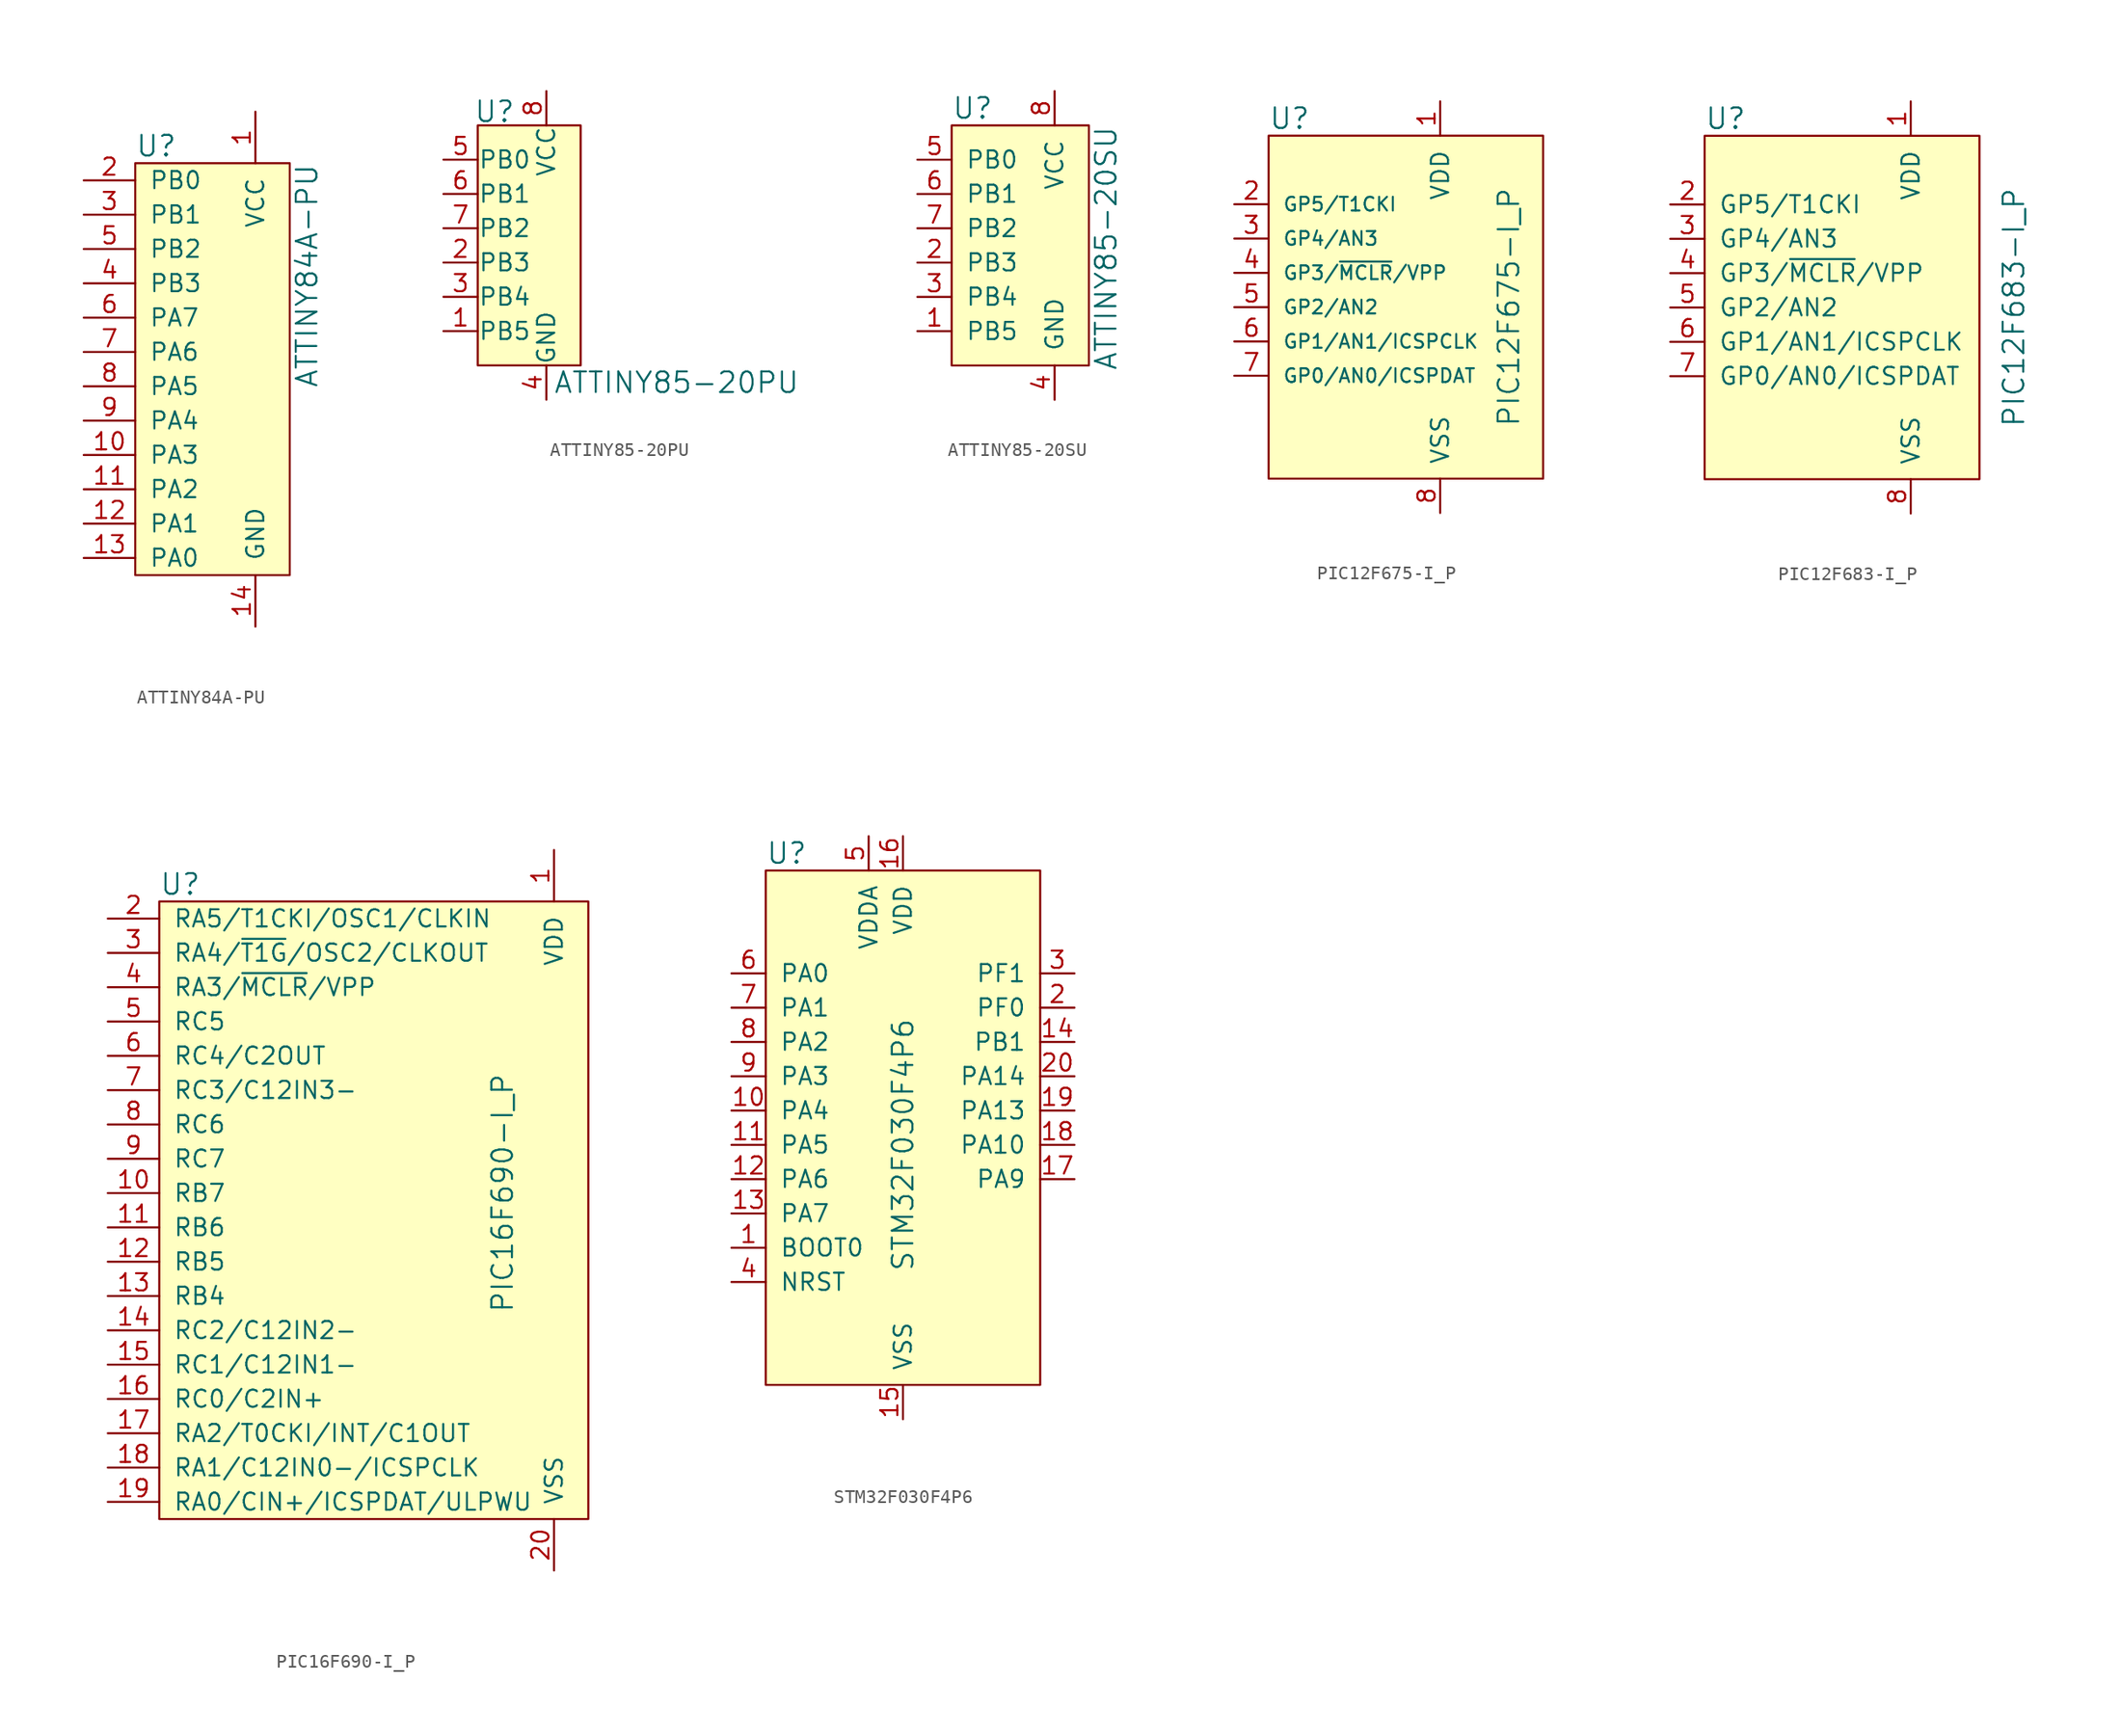
<source format=kicad_sym>
(kicad_symbol_lib
  (version 20211014)
  (generator kicad_symbol_editor)
  (symbol "ATTINY84A-PU"
    (pin_names
      (offset 1.016))
    (property "Reference" "U"
      (at -6.35 12.7 0)
      (effects (font (size 1.524 1.524)) (justify left)))
    (property "Value" "ATTINY84A-PU"
      (at 6.35 11.43 90)
      (effects (font (size 1.524 1.524)) (justify right)))
    (symbol "ATTINY84A-PU_0_1"
      (rectangle (start -6.35 11.43) (end 5.08 -19.05) (stroke (width 0) (type default) (color 0 0 0 0)) (fill (type background))))
    (symbol "ATTINY84A-PU_1_1"
      (pin power_in line (at 2.54 15.24 270) (length 3.81) (name "VCC" (effects (font (size 1.27 1.27)))) (number "1" (effects (font (size 1.27 1.27)))))
      (pin bidirectional line (at -10.16 -10.16 0) (length 3.81) (name "PA3" (effects (font (size 1.27 1.27)))) (number "10" (effects (font (size 1.27 1.27)))))
      (pin bidirectional line (at -10.16 -12.7 0) (length 3.81) (name "PA2" (effects (font (size 1.27 1.27)))) (number "11" (effects (font (size 1.27 1.27)))))
      (pin bidirectional line (at -10.16 -15.24 0) (length 3.81) (name "PA1" (effects (font (size 1.27 1.27)))) (number "12" (effects (font (size 1.27 1.27)))))
      (pin bidirectional line (at -10.16 -17.78 0) (length 3.81) (name "PA0" (effects (font (size 1.27 1.27)))) (number "13" (effects (font (size 1.27 1.27)))))
      (pin power_in line (at 2.54 -22.86 90) (length 3.81) (name "GND" (effects (font (size 1.27 1.27)))) (number "14" (effects (font (size 1.27 1.27)))))
      (pin bidirectional line (at -10.16 10.16 0) (length 3.81) (name "PB0" (effects (font (size 1.27 1.27)))) (number "2" (effects (font (size 1.27 1.27)))))
      (pin bidirectional line (at -10.16 7.62 0) (length 3.81) (name "PB1" (effects (font (size 1.27 1.27)))) (number "3" (effects (font (size 1.27 1.27)))))
      (pin bidirectional line (at -10.16 2.54 0) (length 3.81) (name "PB3" (effects (font (size 1.27 1.27)))) (number "4" (effects (font (size 1.27 1.27)))))
      (pin bidirectional line (at -10.16 5.08 0) (length 3.81) (name "PB2" (effects (font (size 1.27 1.27)))) (number "5" (effects (font (size 1.27 1.27)))))
      (pin bidirectional line (at -10.16 0 0) (length 3.81) (name "PA7" (effects (font (size 1.27 1.27)))) (number "6" (effects (font (size 1.27 1.27)))))
      (pin bidirectional line (at -10.16 -2.54 0) (length 3.81) (name "PA6" (effects (font (size 1.27 1.27)))) (number "7" (effects (font (size 1.27 1.27)))))
      (pin bidirectional line (at -10.16 -5.08 0) (length 3.81) (name "PA5" (effects (font (size 1.27 1.27)))) (number "8" (effects (font (size 1.27 1.27)))))
      (pin bidirectional line (at -10.16 -7.62 0) (length 3.81) (name "PA4" (effects (font (size 1.27 1.27)))) (number "9" (effects (font (size 1.27 1.27)))))))
  (symbol "ATTINY85-20PU"
    (pin_names
      (offset 0.025))
    (property "Reference" "U"
      (at -2.845 8.636 0)
      (effects (font (size 1.524 1.524)) (justify left)))
    (property "Value" "ATTINY85-20PU"
      (at 3.048 -11.43 0)
      (effects (font (size 1.524 1.524)) (justify left)))
    (symbol "ATTINY85-20PU_0_1"
      (rectangle (start -2.54 7.62) (end 5.08 -10.16) (stroke (width 0) (type default) (color 0 0 0 0)) (fill (type background))))
    (symbol "ATTINY85-20PU_1_1"
      (pin bidirectional line (at -5.08 -7.62 0) (length 2.54) (name "PB5" (effects (font (size 1.27 1.27)))) (number "1" (effects (font (size 1.27 1.27)))))
      (pin bidirectional line (at -5.08 -2.54 0) (length 2.54) (name "PB3" (effects (font (size 1.27 1.27)))) (number "2" (effects (font (size 1.27 1.27)))))
      (pin bidirectional line (at -5.08 -5.08 0) (length 2.54) (name "PB4" (effects (font (size 1.27 1.27)))) (number "3" (effects (font (size 1.27 1.27)))))
      (pin power_in line (at 2.54 -12.7 90) (length 2.54) (name "GND" (effects (font (size 1.27 1.27)))) (number "4" (effects (font (size 1.27 1.27)))))
      (pin bidirectional line (at -5.08 5.08 0) (length 2.54) (name "PB0" (effects (font (size 1.27 1.27)))) (number "5" (effects (font (size 1.27 1.27)))))
      (pin bidirectional line (at -5.08 2.54 0) (length 2.54) (name "PB1" (effects (font (size 1.27 1.27)))) (number "6" (effects (font (size 1.27 1.27)))))
      (pin bidirectional line (at -5.08 0 0) (length 2.54) (name "PB2" (effects (font (size 1.27 1.27)))) (number "7" (effects (font (size 1.27 1.27)))))
      (pin power_in line (at 2.54 10.16 270) (length 2.54) (name "VCC" (effects (font (size 1.27 1.27)))) (number "8" (effects (font (size 1.27 1.27)))))))
  (symbol "ATTINY85-20SU"
    (pin_names
      (offset 1.016))
    (property "Reference" "U"
      (at -5.08 6.35 0)
      (effects (font (size 1.524 1.524)) (justify left)))
    (property "Value" "ATTINY85-20SU"
      (at 6.35 5.08 90)
      (effects (font (size 1.524 1.524)) (justify right)))
    (symbol "ATTINY85-20SU_0_1"
      (rectangle (start -5.08 5.08) (end 5.08 -12.7) (stroke (width 0) (type default) (color 0 0 0 0)) (fill (type background))))
    (symbol "ATTINY85-20SU_1_1"
      (pin bidirectional line (at -7.62 -10.16 0) (length 2.54) (name "PB5" (effects (font (size 1.27 1.27)))) (number "1" (effects (font (size 1.27 1.27)))))
      (pin bidirectional line (at -7.62 -5.08 0) (length 2.54) (name "PB3" (effects (font (size 1.27 1.27)))) (number "2" (effects (font (size 1.27 1.27)))))
      (pin bidirectional line (at -7.62 -7.62 0) (length 2.54) (name "PB4" (effects (font (size 1.27 1.27)))) (number "3" (effects (font (size 1.27 1.27)))))
      (pin power_in line (at 2.54 -15.24 90) (length 2.54) (name "GND" (effects (font (size 1.27 1.27)))) (number "4" (effects (font (size 1.27 1.27)))))
      (pin bidirectional line (at -7.62 2.54 0) (length 2.54) (name "PB0" (effects (font (size 1.27 1.27)))) (number "5" (effects (font (size 1.27 1.27)))))
      (pin bidirectional line (at -7.62 0 0) (length 2.54) (name "PB1" (effects (font (size 1.27 1.27)))) (number "6" (effects (font (size 1.27 1.27)))))
      (pin bidirectional line (at -7.62 -2.54 0) (length 2.54) (name "PB2" (effects (font (size 1.27 1.27)))) (number "7" (effects (font (size 1.27 1.27)))))
      (pin power_in line (at 2.54 7.62 270) (length 2.54) (name "VCC" (effects (font (size 1.27 1.27)))) (number "8" (effects (font (size 1.27 1.27)))))))
  (symbol "PIC12F675-I_P"
    (pin_names
      (offset 1.016))
    (property "Reference" "U"
      (at -5.08 11.43 0)
      (effects (font (size 1.524 1.524)) (justify left)))
    (property "Value" "PIC12F675-I_P"
      (at 12.7 -2.54 90)
      (effects (font (size 1.524 1.524))))
    (symbol "PIC12F675-I_P_0_1"
      (rectangle (start -5.08 10.16) (end 15.24 -15.24) (stroke (width 0) (type default) (color 0 0 0 0)) (fill (type background))))
    (symbol "PIC12F675-I_P_1_1"
      (pin power_in line (at 7.62 12.7 270) (length 2.54) (name "VDD" (effects (font (size 1.27 1.27)))) (number "1" (effects (font (size 1.27 1.27)))))
      (pin bidirectional line (at -7.62 5.08 0) (length 2.54) (name "GP5/T1CKI" (effects (font (size 1.016 1.016)))) (number "2" (effects (font (size 1.27 1.27)))))
      (pin bidirectional line (at -7.62 2.54 0) (length 2.54) (name "GP4/AN3" (effects (font (size 1.016 1.016)))) (number "3" (effects (font (size 1.27 1.27)))))
      (pin input line (at -7.62 0 0) (length 2.54) (name "GP3/~{MCLR}/VPP" (effects (font (size 1.016 1.016)))) (number "4" (effects (font (size 1.27 1.27)))))
      (pin bidirectional line (at -7.62 -2.54 0) (length 2.54) (name "GP2/AN2" (effects (font (size 1.016 1.016)))) (number "5" (effects (font (size 1.27 1.27)))))
      (pin bidirectional line (at -7.62 -5.08 0) (length 2.54) (name "GP1/AN1/ICSPCLK" (effects (font (size 1.016 1.016)))) (number "6" (effects (font (size 1.27 1.27)))))
      (pin bidirectional line (at -7.62 -7.62 0) (length 2.54) (name "GP0/AN0/ICSPDAT" (effects (font (size 1.016 1.016)))) (number "7" (effects (font (size 1.27 1.27)))))
      (pin power_in line (at 7.62 -17.78 90) (length 2.54) (name "VSS" (effects (font (size 1.27 1.27)))) (number "8" (effects (font (size 1.27 1.27)))))))
  (symbol "PIC12F683-I_P"
    (pin_names
      (offset 1.016))
    (property "Reference" "U"
      (at -11.43 8.89 0)
      (effects (font (size 1.524 1.524)) (justify left)))
    (property "Value" "PIC12F683-I_P"
      (at 11.43 -5.08 90)
      (effects (font (size 1.524 1.524))))
    (symbol "PIC12F683-I_P_0_1"
      (rectangle (start -11.43 7.62) (end 8.89 -17.78) (stroke (width 0) (type default) (color 0 0 0 0)) (fill (type background))))
    (symbol "PIC12F683-I_P_1_1"
      (pin power_in line (at 3.81 10.16 270) (length 2.54) (name "VDD" (effects (font (size 1.27 1.27)))) (number "1" (effects (font (size 1.27 1.27)))))
      (pin bidirectional line (at -13.97 2.54 0) (length 2.54) (name "GP5/T1CKI" (effects (font (size 1.27 1.27)))) (number "2" (effects (font (size 1.27 1.27)))))
      (pin bidirectional line (at -13.97 0 0) (length 2.54) (name "GP4/AN3" (effects (font (size 1.27 1.27)))) (number "3" (effects (font (size 1.27 1.27)))))
      (pin bidirectional line (at -13.97 -2.54 0) (length 2.54) (name "GP3/~{MCLR}/VPP" (effects (font (size 1.27 1.27)))) (number "4" (effects (font (size 1.27 1.27)))))
      (pin bidirectional line (at -13.97 -5.08 0) (length 2.54) (name "GP2/AN2" (effects (font (size 1.27 1.27)))) (number "5" (effects (font (size 1.27 1.27)))))
      (pin bidirectional line (at -13.97 -7.62 0) (length 2.54) (name "GP1/AN1/ICSPCLK" (effects (font (size 1.27 1.27)))) (number "6" (effects (font (size 1.27 1.27)))))
      (pin bidirectional line (at -13.97 -10.16 0) (length 2.54) (name "GP0/AN0/ICSPDAT" (effects (font (size 1.27 1.27)))) (number "7" (effects (font (size 1.27 1.27)))))
      (pin power_in line (at 3.81 -20.32 90) (length 2.54) (name "VSS" (effects (font (size 1.27 1.27)))) (number "8" (effects (font (size 1.27 1.27)))))))
  (symbol "PIC16F690-I_P"
    (pin_names
      (offset 1.016))
    (property "Reference" "U"
      (at -16.51 22.86 0)
      (effects (font (size 1.524 1.524)) (justify left)))
    (property "Value" "PIC16F690-I_P"
      (at 8.89 0 90)
      (effects (font (size 1.524 1.524))))
    (symbol "PIC16F690-I_P_0_1"
      (rectangle (start -16.51 21.59) (end 15.24 -24.13) (stroke (width 0) (type default) (color 0 0 0 0)) (fill (type background))))
    (symbol "PIC16F690-I_P_1_1"
      (pin power_in line (at 12.7 25.4 270) (length 3.81) (name "VDD" (effects (font (size 1.27 1.27)))) (number "1" (effects (font (size 1.27 1.27)))))
      (pin bidirectional line (at -20.32 0 0) (length 3.81) (name "RB7" (effects (font (size 1.27 1.27)))) (number "10" (effects (font (size 1.27 1.27)))))
      (pin bidirectional line (at -20.32 -2.54 0) (length 3.81) (name "RB6" (effects (font (size 1.27 1.27)))) (number "11" (effects (font (size 1.27 1.27)))))
      (pin bidirectional line (at -20.32 -5.08 0) (length 3.81) (name "RB5" (effects (font (size 1.27 1.27)))) (number "12" (effects (font (size 1.27 1.27)))))
      (pin bidirectional line (at -20.32 -7.62 0) (length 3.81) (name "RB4" (effects (font (size 1.27 1.27)))) (number "13" (effects (font (size 1.27 1.27)))))
      (pin bidirectional line (at -20.32 -10.16 0) (length 3.81) (name "RC2/C12IN2-" (effects (font (size 1.27 1.27)))) (number "14" (effects (font (size 1.27 1.27)))))
      (pin bidirectional line (at -20.32 -12.7 0) (length 3.81) (name "RC1/C12IN1-" (effects (font (size 1.27 1.27)))) (number "15" (effects (font (size 1.27 1.27)))))
      (pin bidirectional line (at -20.32 -15.24 0) (length 3.81) (name "RC0/C2IN+" (effects (font (size 1.27 1.27)))) (number "16" (effects (font (size 1.27 1.27)))))
      (pin bidirectional line (at -20.32 -17.78 0) (length 3.81) (name "RA2/T0CKI/INT/C1OUT" (effects (font (size 1.27 1.27)))) (number "17" (effects (font (size 1.27 1.27)))))
      (pin bidirectional line (at -20.32 -20.32 0) (length 3.81) (name "RA1/C12IN0-/ICSPCLK" (effects (font (size 1.27 1.27)))) (number "18" (effects (font (size 1.27 1.27)))))
      (pin bidirectional line (at -20.32 -22.86 0) (length 3.81) (name "RA0/CIN+/ICSPDAT/ULPWU" (effects (font (size 1.27 1.27)))) (number "19" (effects (font (size 1.27 1.27)))))
      (pin bidirectional line (at -20.32 20.32 0) (length 3.81) (name "RA5/T1CKI/OSC1/CLKIN" (effects (font (size 1.27 1.27)))) (number "2" (effects (font (size 1.27 1.27)))))
      (pin power_in line (at 12.7 -27.94 90) (length 3.81) (name "VSS" (effects (font (size 1.27 1.27)))) (number "20" (effects (font (size 1.27 1.27)))))
      (pin bidirectional line (at -20.32 17.78 0) (length 3.81) (name "RA4/~{T1G}/OSC2/CLKOUT" (effects (font (size 1.27 1.27)))) (number "3" (effects (font (size 1.27 1.27)))))
      (pin input line (at -20.32 15.24 0) (length 3.81) (name "RA3/~{MCLR}/VPP" (effects (font (size 1.27 1.27)))) (number "4" (effects (font (size 1.27 1.27)))))
      (pin bidirectional line (at -20.32 12.7 0) (length 3.81) (name "RC5" (effects (font (size 1.27 1.27)))) (number "5" (effects (font (size 1.27 1.27)))))
      (pin bidirectional line (at -20.32 10.16 0) (length 3.81) (name "RC4/C2OUT" (effects (font (size 1.27 1.27)))) (number "6" (effects (font (size 1.27 1.27)))))
      (pin bidirectional line (at -20.32 7.62 0) (length 3.81) (name "RC3/C12IN3-" (effects (font (size 1.27 1.27)))) (number "7" (effects (font (size 1.27 1.27)))))
      (pin bidirectional line (at -20.32 5.08 0) (length 3.81) (name "RC6" (effects (font (size 1.27 1.27)))) (number "8" (effects (font (size 1.27 1.27)))))
      (pin bidirectional line (at -20.32 2.54 0) (length 3.81) (name "RC7" (effects (font (size 1.27 1.27)))) (number "9" (effects (font (size 1.27 1.27)))))))
  (symbol "STM32F030F4P6"
    (pin_names
      (offset 1.016))
    (property "Reference" "U"
      (at -7.62 11.43 0)
      (effects (font (size 1.524 1.524)) (justify left)))
    (property "Value" "STM32F030F4P6"
      (at 2.54 -10.16 90)
      (effects (font (size 1.524 1.524))))
    (symbol "STM32F030F4P6_0_1"
      (rectangle (start -7.62 10.16) (end 12.7 -27.94) (stroke (width 0) (type default) (color 0 0 0 0)) (fill (type background))))
    (symbol "STM32F030F4P6_1_1"
      (pin input line (at -10.16 -17.78 0) (length 2.54) (name "BOOT0" (effects (font (size 1.27 1.27)))) (number "1" (effects (font (size 1.27 1.27)))))
      (pin bidirectional line (at -10.16 -7.62 0) (length 2.54) (name "PA4" (effects (font (size 1.27 1.27)))) (number "10" (effects (font (size 1.27 1.27)))))
      (pin bidirectional line (at -10.16 -10.16 0) (length 2.54) (name "PA5" (effects (font (size 1.27 1.27)))) (number "11" (effects (font (size 1.27 1.27)))))
      (pin bidirectional line (at -10.16 -12.7 0) (length 2.54) (name "PA6" (effects (font (size 1.27 1.27)))) (number "12" (effects (font (size 1.27 1.27)))))
      (pin bidirectional line (at -10.16 -15.24 0) (length 2.54) (name "PA7" (effects (font (size 1.27 1.27)))) (number "13" (effects (font (size 1.27 1.27)))))
      (pin bidirectional line (at 15.24 -2.54 180) (length 2.54) (name "PB1" (effects (font (size 1.27 1.27)))) (number "14" (effects (font (size 1.27 1.27)))))
      (pin power_in line (at 2.54 -30.48 90) (length 2.54) (name "VSS" (effects (font (size 1.27 1.27)))) (number "15" (effects (font (size 1.27 1.27)))))
      (pin power_in line (at 2.54 12.7 270) (length 2.54) (name "VDD" (effects (font (size 1.27 1.27)))) (number "16" (effects (font (size 1.27 1.27)))))
      (pin bidirectional line (at 15.24 -12.7 180) (length 2.54) (name "PA9" (effects (font (size 1.27 1.27)))) (number "17" (effects (font (size 1.27 1.27)))))
      (pin bidirectional line (at 15.24 -10.16 180) (length 2.54) (name "PA10" (effects (font (size 1.27 1.27)))) (number "18" (effects (font (size 1.27 1.27)))))
      (pin bidirectional line (at 15.24 -7.62 180) (length 2.54) (name "PA13" (effects (font (size 1.27 1.27)))) (number "19" (effects (font (size 1.27 1.27)))))
      (pin bidirectional line (at 15.24 0 180) (length 2.54) (name "PF0" (effects (font (size 1.27 1.27)))) (number "2" (effects (font (size 1.27 1.27)))))
      (pin bidirectional line (at 15.24 -5.08 180) (length 2.54) (name "PA14" (effects (font (size 1.27 1.27)))) (number "20" (effects (font (size 1.27 1.27)))))
      (pin bidirectional line (at 15.24 2.54 180) (length 2.54) (name "PF1" (effects (font (size 1.27 1.27)))) (number "3" (effects (font (size 1.27 1.27)))))
      (pin bidirectional line (at -10.16 -20.32 0) (length 2.54) (name "NRST" (effects (font (size 1.27 1.27)))) (number "4" (effects (font (size 1.27 1.27)))))
      (pin power_in line (at 0 12.7 270) (length 2.54) (name "VDDA" (effects (font (size 1.27 1.27)))) (number "5" (effects (font (size 1.27 1.27)))))
      (pin bidirectional line (at -10.16 2.54 0) (length 2.54) (name "PA0" (effects (font (size 1.27 1.27)))) (number "6" (effects (font (size 1.27 1.27)))))
      (pin bidirectional line (at -10.16 0 0) (length 2.54) (name "PA1" (effects (font (size 1.27 1.27)))) (number "7" (effects (font (size 1.27 1.27)))))
      (pin bidirectional line (at -10.16 -2.54 0) (length 2.54) (name "PA2" (effects (font (size 1.27 1.27)))) (number "8" (effects (font (size 1.27 1.27)))))
      (pin bidirectional line (at -10.16 -5.08 0) (length 2.54) (name "PA3" (effects (font (size 1.27 1.27)))) (number "9" (effects (font (size 1.27 1.27))))))))
</source>
